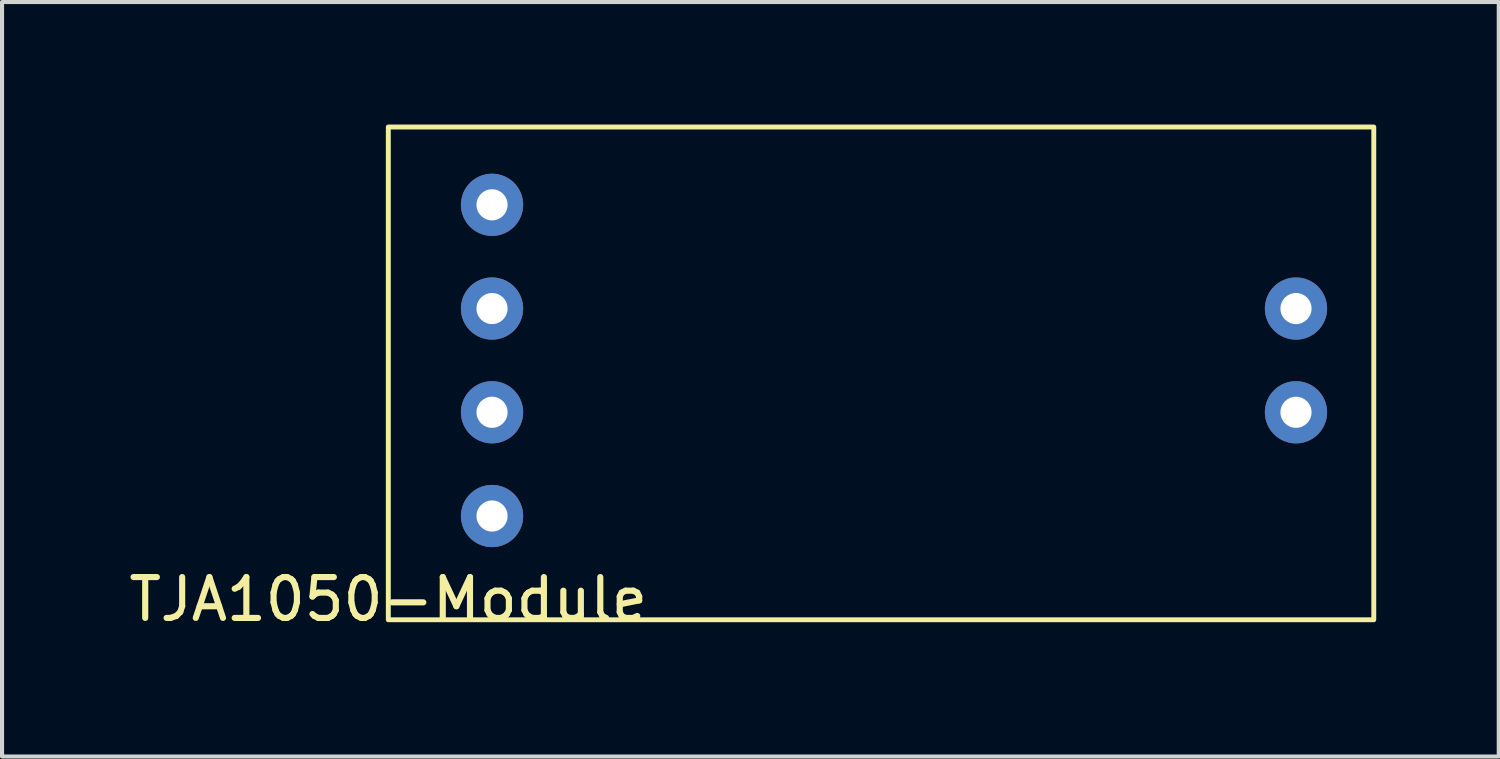
<source format=kicad_pcb>
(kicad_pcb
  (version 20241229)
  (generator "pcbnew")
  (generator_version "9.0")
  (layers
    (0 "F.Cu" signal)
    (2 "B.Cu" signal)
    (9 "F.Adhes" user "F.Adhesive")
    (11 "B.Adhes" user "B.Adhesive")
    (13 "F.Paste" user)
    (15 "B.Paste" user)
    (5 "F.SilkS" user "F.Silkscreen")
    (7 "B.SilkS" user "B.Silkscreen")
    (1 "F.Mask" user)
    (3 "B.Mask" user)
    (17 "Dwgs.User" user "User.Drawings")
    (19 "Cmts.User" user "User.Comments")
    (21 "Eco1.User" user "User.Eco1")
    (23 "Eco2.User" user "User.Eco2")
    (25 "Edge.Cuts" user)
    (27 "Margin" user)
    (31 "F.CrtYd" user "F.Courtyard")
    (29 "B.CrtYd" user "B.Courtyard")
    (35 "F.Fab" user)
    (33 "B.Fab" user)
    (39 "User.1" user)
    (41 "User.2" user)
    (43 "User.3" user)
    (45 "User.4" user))
  (footprint "TJA1050-Module"
    (layer "F.Cu")
    (at 6.458 12.125)
    (property "Reference" "TJA1050-Module" (at 0 -0.5 0) (unlocked yes) (layer "F.SilkS") (effects (font (size 1 1) (thickness 0.15))))
    (attr through_hole)
    (fp_rect (start 0 0) (end 24.13 -12.065) (stroke (width 0.12) (type solid)) (fill no) (layer "F.SilkS"))
    (pad "1" thru_hole circle (at 2.54 -10.16) (size 1.524 1.524) (drill 0.762) (layers "*.Cu" "*.Mask"))
    (pad "2" thru_hole circle (at 2.54 -7.62) (size 1.524 1.524) (drill 0.762) (layers "*.Cu" "*.Mask"))
    (pad "3" thru_hole circle (at 2.54 -5.08) (size 1.524 1.524) (drill 0.762) (layers "*.Cu" "*.Mask"))
    (pad "4" thru_hole circle (at 2.54 -2.54) (size 1.524 1.524) (drill 0.762) (layers "*.Cu" "*.Mask"))
    (pad "5" thru_hole circle (at 22.225 -7.62) (size 1.524 1.524) (drill 0.762) (layers "*.Cu" "*.Mask"))
    (pad "6" thru_hole circle (at 22.225 -5.08) (size 1.524 1.524) (drill 0.762) (layers "*.Cu" "*.Mask")))
  (gr_rect
    (start -3 -3)
    (end 33.648 15.473)
    (stroke (width 0.1) (type default))
    (fill no)
    (layer "Edge.Cuts")))
</source>
